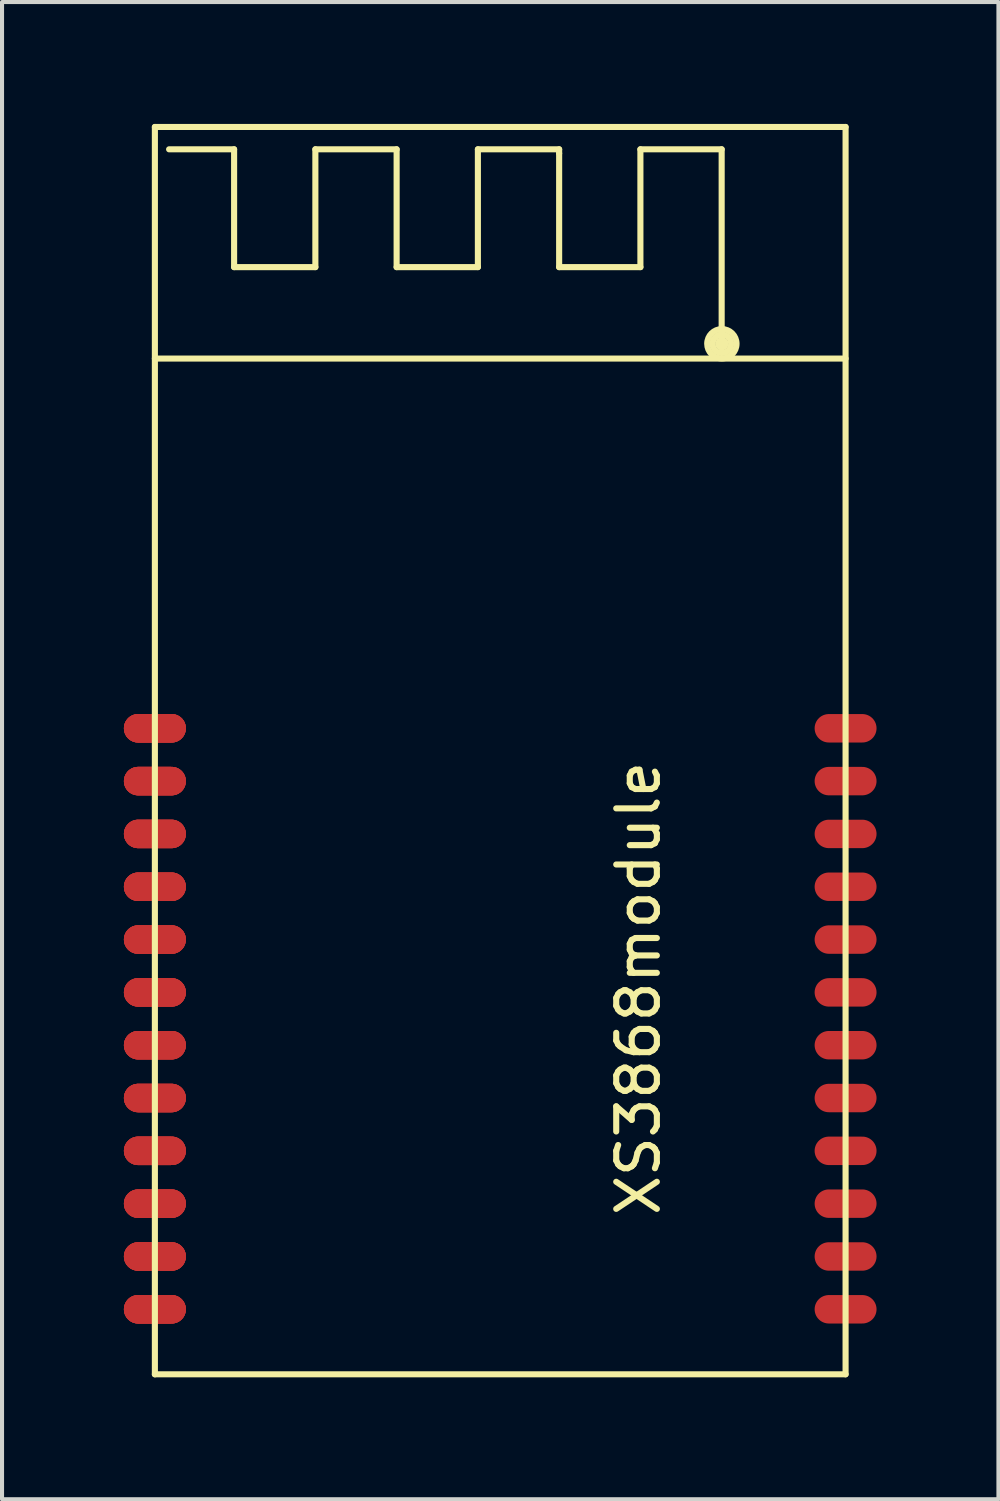
<source format=kicad_pcb>
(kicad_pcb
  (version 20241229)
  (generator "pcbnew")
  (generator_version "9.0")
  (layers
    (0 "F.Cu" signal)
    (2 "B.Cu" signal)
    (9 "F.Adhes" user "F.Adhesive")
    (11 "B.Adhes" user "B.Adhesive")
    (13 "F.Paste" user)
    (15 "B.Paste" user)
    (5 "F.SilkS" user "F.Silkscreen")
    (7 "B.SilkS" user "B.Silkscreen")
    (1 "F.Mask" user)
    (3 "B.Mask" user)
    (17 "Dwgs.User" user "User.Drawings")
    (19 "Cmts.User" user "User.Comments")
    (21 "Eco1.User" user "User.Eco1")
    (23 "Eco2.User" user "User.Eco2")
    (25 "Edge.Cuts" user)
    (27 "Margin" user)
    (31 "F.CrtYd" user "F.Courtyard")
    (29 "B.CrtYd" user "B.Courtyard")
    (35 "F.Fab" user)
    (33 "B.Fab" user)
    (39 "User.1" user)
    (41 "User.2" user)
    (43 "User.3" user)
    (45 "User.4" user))
  (footprint "XS3868module"
    (layer "F.Cu")
    (at 11.212 12.625)
    (property "Reference" "XS3868module" (at 1.45 8.65 270) (layer "F.SilkS") (effects (font (size 1 1) (thickness 0.15))))
    (attr through_hole)
    (fp_line (start -10.45 -12.55) (end -10.45 18.15) (stroke (width 0.15) (type solid)) (layer "F.SilkS"))
    (fp_line (start -10.45 18.15) (end 6.55 18.15) (stroke (width 0.15) (type solid)) (layer "F.SilkS"))
    (fp_line (start -8.5 -12) (end -10.1 -12) (stroke (width 0.15) (type solid)) (layer "F.SilkS"))
    (fp_line (start -8.5 -9.1) (end -8.5 -12) (stroke (width 0.15) (type solid)) (layer "F.SilkS"))
    (fp_line (start -6.5 -12) (end -6.5 -9.1) (stroke (width 0.15) (type solid)) (layer "F.SilkS"))
    (fp_line (start -6.5 -9.1) (end -8.5 -9.1) (stroke (width 0.15) (type solid)) (layer "F.SilkS"))
    (fp_line (start -4.5 -12) (end -6.5 -12) (stroke (width 0.15) (type solid)) (layer "F.SilkS"))
    (fp_line (start -4.5 -9.1) (end -4.5 -12) (stroke (width 0.15) (type solid)) (layer "F.SilkS"))
    (fp_line (start -2.5 -12) (end -2.5 -9.1) (stroke (width 0.15) (type solid)) (layer "F.SilkS"))
    (fp_line (start -2.5 -9.1) (end -4.5 -9.1) (stroke (width 0.15) (type solid)) (layer "F.SilkS"))
    (fp_line (start -0.5 -12) (end -2.5 -12) (stroke (width 0.15) (type solid)) (layer "F.SilkS"))
    (fp_line (start -0.5 -11.9) (end -0.5 -12) (stroke (width 0.15) (type solid)) (layer "F.SilkS"))
    (fp_line (start -0.5 -9.1) (end -0.5 -11.9) (stroke (width 0.15) (type solid)) (layer "F.SilkS"))
    (fp_line (start 1.5 -12) (end 1.5 -9.1) (stroke (width 0.15) (type solid)) (layer "F.SilkS"))
    (fp_line (start 1.5 -9.1) (end -0.5 -9.1) (stroke (width 0.15) (type solid)) (layer "F.SilkS"))
    (fp_line (start 3.5 -12) (end 1.5 -12) (stroke (width 0.15) (type solid)) (layer "F.SilkS"))
    (fp_line (start 3.5 -7.2) (end 3.5 -12) (stroke (width 0.15) (type solid)) (layer "F.SilkS"))
    (fp_line (start 6.55 -12.55) (end -10.45 -12.55) (stroke (width 0.15) (type solid)) (layer "F.SilkS"))
    (fp_line (start 6.55 -6.85) (end -10.45 -6.85) (stroke (width 0.15) (type solid)) (layer "F.SilkS"))
    (fp_line (start 6.55 18.15) (end 6.55 -12.55) (stroke (width 0.15) (type solid)) (layer "F.SilkS"))
    (fp_circle (center 3.505 -7.214) (end 3.505 -7.442) (stroke (width 0.15) (type solid)) (fill no) (layer "F.SilkS"))
    (fp_circle (center 3.505 -7.214) (end 3.556 -7.137) (stroke (width 0.15) (type solid)) (fill no) (layer "F.SilkS"))
    (fp_circle (center 3.505 -7.214) (end 3.734 -7.493) (stroke (width 0.15) (type solid)) (fill no) (layer "F.SilkS"))
    (pad "1" smd oval (at -10.45 2.25 270) (size 0.7 1.524) (layers "F.Cu" "F.Mask" "F.Paste"))
    (pad "1" smd oval (at -10.45 2.25 270) (size 0.7 1.524) (layers "F.Cu" "F.Mask" "F.Paste"))
    (pad "1" smd oval (at -10.45 2.25 270) (size 0.7 1.524) (layers "F.Cu" "F.Mask" "F.Paste"))
    (pad "1" smd oval (at -10.45 2.25 270) (size 0.7 1.524) (layers "F.Cu" "F.Mask" "F.Paste"))
    (pad "2" smd oval (at -10.45 3.55 270) (size 0.7 1.524) (layers "F.Cu" "F.Mask" "F.Paste"))
    (pad "2" smd oval (at -10.45 3.55 270) (size 0.7 1.524) (layers "F.Cu" "F.Mask" "F.Paste"))
    (pad "2" smd oval (at -10.45 3.55 270) (size 0.7 1.524) (layers "F.Cu" "F.Mask" "F.Paste"))
    (pad "2" smd oval (at -10.45 3.55 270) (size 0.7 1.524) (layers "F.Cu" "F.Mask" "F.Paste"))
    (pad "3" smd oval (at -10.45 4.85 270) (size 0.7 1.524) (layers "F.Cu" "F.Mask" "F.Paste"))
    (pad "3" smd oval (at -10.45 4.85 270) (size 0.7 1.524) (layers "F.Cu" "F.Mask" "F.Paste"))
    (pad "3" smd oval (at -10.45 4.85 270) (size 0.7 1.524) (layers "F.Cu" "F.Mask" "F.Paste"))
    (pad "3" smd oval (at -10.45 4.85 270) (size 0.7 1.524) (layers "F.Cu" "F.Mask" "F.Paste"))
    (pad "4" smd oval (at -10.45 6.15 270) (size 0.7 1.524) (layers "F.Cu" "F.Mask" "F.Paste"))
    (pad "4" smd oval (at -10.45 6.15 270) (size 0.7 1.524) (layers "F.Cu" "F.Mask" "F.Paste"))
    (pad "4" smd oval (at -10.45 6.15 270) (size 0.7 1.524) (layers "F.Cu" "F.Mask" "F.Paste"))
    (pad "4" smd oval (at -10.45 6.15 270) (size 0.7 1.524) (layers "F.Cu" "F.Mask" "F.Paste"))
    (pad "5" smd oval (at -10.45 7.45 270) (size 0.7 1.524) (layers "F.Cu" "F.Mask" "F.Paste"))
    (pad "5" smd oval (at -10.45 7.45 270) (size 0.7 1.524) (layers "F.Cu" "F.Mask" "F.Paste"))
    (pad "5" smd oval (at -10.45 7.45 270) (size 0.7 1.524) (layers "F.Cu" "F.Mask" "F.Paste"))
    (pad "5" smd oval (at -10.45 7.45 270) (size 0.7 1.524) (layers "F.Cu" "F.Mask" "F.Paste"))
    (pad "6" smd oval (at -10.45 8.75 270) (size 0.7 1.524) (layers "F.Cu" "F.Mask" "F.Paste"))
    (pad "6" smd oval (at -10.45 8.75 270) (size 0.7 1.524) (layers "F.Cu" "F.Mask" "F.Paste"))
    (pad "6" smd oval (at -10.45 8.75 270) (size 0.7 1.524) (layers "F.Cu" "F.Mask" "F.Paste"))
    (pad "6" smd oval (at -10.45 8.75 270) (size 0.7 1.524) (layers "F.Cu" "F.Mask" "F.Paste"))
    (pad "7" smd oval (at -10.45 10.05 270) (size 0.7 1.524) (layers "F.Cu" "F.Mask" "F.Paste"))
    (pad "7" smd oval (at -10.45 10.05 270) (size 0.7 1.524) (layers "F.Cu" "F.Mask" "F.Paste"))
    (pad "7" smd oval (at -10.45 10.05 270) (size 0.7 1.524) (layers "F.Cu" "F.Mask" "F.Paste"))
    (pad "7" smd oval (at -10.45 10.05 270) (size 0.7 1.524) (layers "F.Cu" "F.Mask" "F.Paste"))
    (pad "8" smd oval (at -10.45 11.35 270) (size 0.7 1.524) (layers "F.Cu" "F.Mask" "F.Paste"))
    (pad "8" smd oval (at -10.45 11.35 270) (size 0.7 1.524) (layers "F.Cu" "F.Mask" "F.Paste"))
    (pad "8" smd oval (at -10.45 11.35 270) (size 0.7 1.524) (layers "F.Cu" "F.Mask" "F.Paste"))
    (pad "8" smd oval (at -10.45 11.35 270) (size 0.7 1.524) (layers "F.Cu" "F.Mask" "F.Paste"))
    (pad "9" smd oval (at -10.45 12.65 270) (size 0.7 1.524) (layers "F.Cu" "F.Mask" "F.Paste"))
    (pad "9" smd oval (at -10.45 12.65 270) (size 0.7 1.524) (layers "F.Cu" "F.Mask" "F.Paste"))
    (pad "9" smd oval (at -10.45 12.65 270) (size 0.7 1.524) (layers "F.Cu" "F.Mask" "F.Paste"))
    (pad "9" smd oval (at -10.45 12.65 270) (size 0.7 1.524) (layers "F.Cu" "F.Mask" "F.Paste"))
    (pad "10" smd oval (at -10.45 13.95 270) (size 0.7 1.524) (layers "F.Cu" "F.Mask" "F.Paste"))
    (pad "10" smd oval (at -10.45 13.95 270) (size 0.7 1.524) (layers "F.Cu" "F.Mask" "F.Paste"))
    (pad "10" smd oval (at -10.45 13.95 270) (size 0.7 1.524) (layers "F.Cu" "F.Mask" "F.Paste"))
    (pad "10" smd oval (at -10.45 13.95 270) (size 0.7 1.524) (layers "F.Cu" "F.Mask" "F.Paste"))
    (pad "11" smd oval (at -10.45 15.25 270) (size 0.7 1.524) (layers "F.Cu" "F.Mask" "F.Paste"))
    (pad "11" smd oval (at -10.45 15.25 270) (size 0.7 1.524) (layers "F.Cu" "F.Mask" "F.Paste"))
    (pad "11" smd oval (at -10.45 15.25 270) (size 0.7 1.524) (layers "F.Cu" "F.Mask" "F.Paste"))
    (pad "11" smd oval (at -10.45 15.25 270) (size 0.7 1.524) (layers "F.Cu" "F.Mask" "F.Paste"))
    (pad "12" smd oval (at -10.45 16.55 270) (size 0.7 1.524) (layers "F.Cu" "F.Mask" "F.Paste"))
    (pad "12" smd oval (at -10.45 16.55 270) (size 0.7 1.524) (layers "F.Cu" "F.Mask" "F.Paste"))
    (pad "12" smd oval (at -10.45 16.55 270) (size 0.7 1.524) (layers "F.Cu" "F.Mask" "F.Paste"))
    (pad "12" smd oval (at -10.45 16.55 270) (size 0.7 1.524) (layers "F.Cu" "F.Mask" "F.Paste"))
    (pad "13" smd oval (at 6.55 16.55 270) (size 0.7 1.524) (layers "F.Cu" "F.Mask" "F.Paste"))
    (pad "14" smd oval (at 6.55 15.25 270) (size 0.7 1.524) (layers "F.Cu" "F.Mask" "F.Paste"))
    (pad "15" smd oval (at 6.55 13.95 270) (size 0.7 1.524) (layers "F.Cu" "F.Mask" "F.Paste"))
    (pad "16" smd oval (at 6.55 12.65 270) (size 0.7 1.524) (layers "F.Cu" "F.Mask" "F.Paste"))
    (pad "17" smd oval (at 6.55 11.35 270) (size 0.7 1.524) (layers "F.Cu" "F.Mask" "F.Paste"))
    (pad "18" smd oval (at 6.55 10.05 270) (size 0.7 1.524) (layers "F.Cu" "F.Mask" "F.Paste"))
    (pad "19" smd oval (at 6.55 8.75 270) (size 0.7 1.524) (layers "F.Cu" "F.Mask" "F.Paste"))
    (pad "20" smd oval (at 6.55 7.45 270) (size 0.7 1.524) (layers "F.Cu" "F.Mask" "F.Paste"))
    (pad "21" smd oval (at 6.55 6.15 270) (size 0.7 1.524) (layers "F.Cu" "F.Mask" "F.Paste"))
    (pad "22" smd oval (at 6.55 4.85 270) (size 0.7 1.524) (layers "F.Cu" "F.Mask" "F.Paste"))
    (pad "23" smd oval (at 6.55 3.55 270) (size 0.7 1.524) (layers "F.Cu" "F.Mask" "F.Paste"))
    (pad "24" smd oval (at 6.55 2.25 270) (size 0.7 1.524) (layers "F.Cu" "F.Mask" "F.Paste")))
  (gr_rect
    (start -3 -3)
    (end 21.524 33.85)
    (stroke (width 0.1) (type default))
    (fill no)
    (layer "Edge.Cuts")))
</source>
